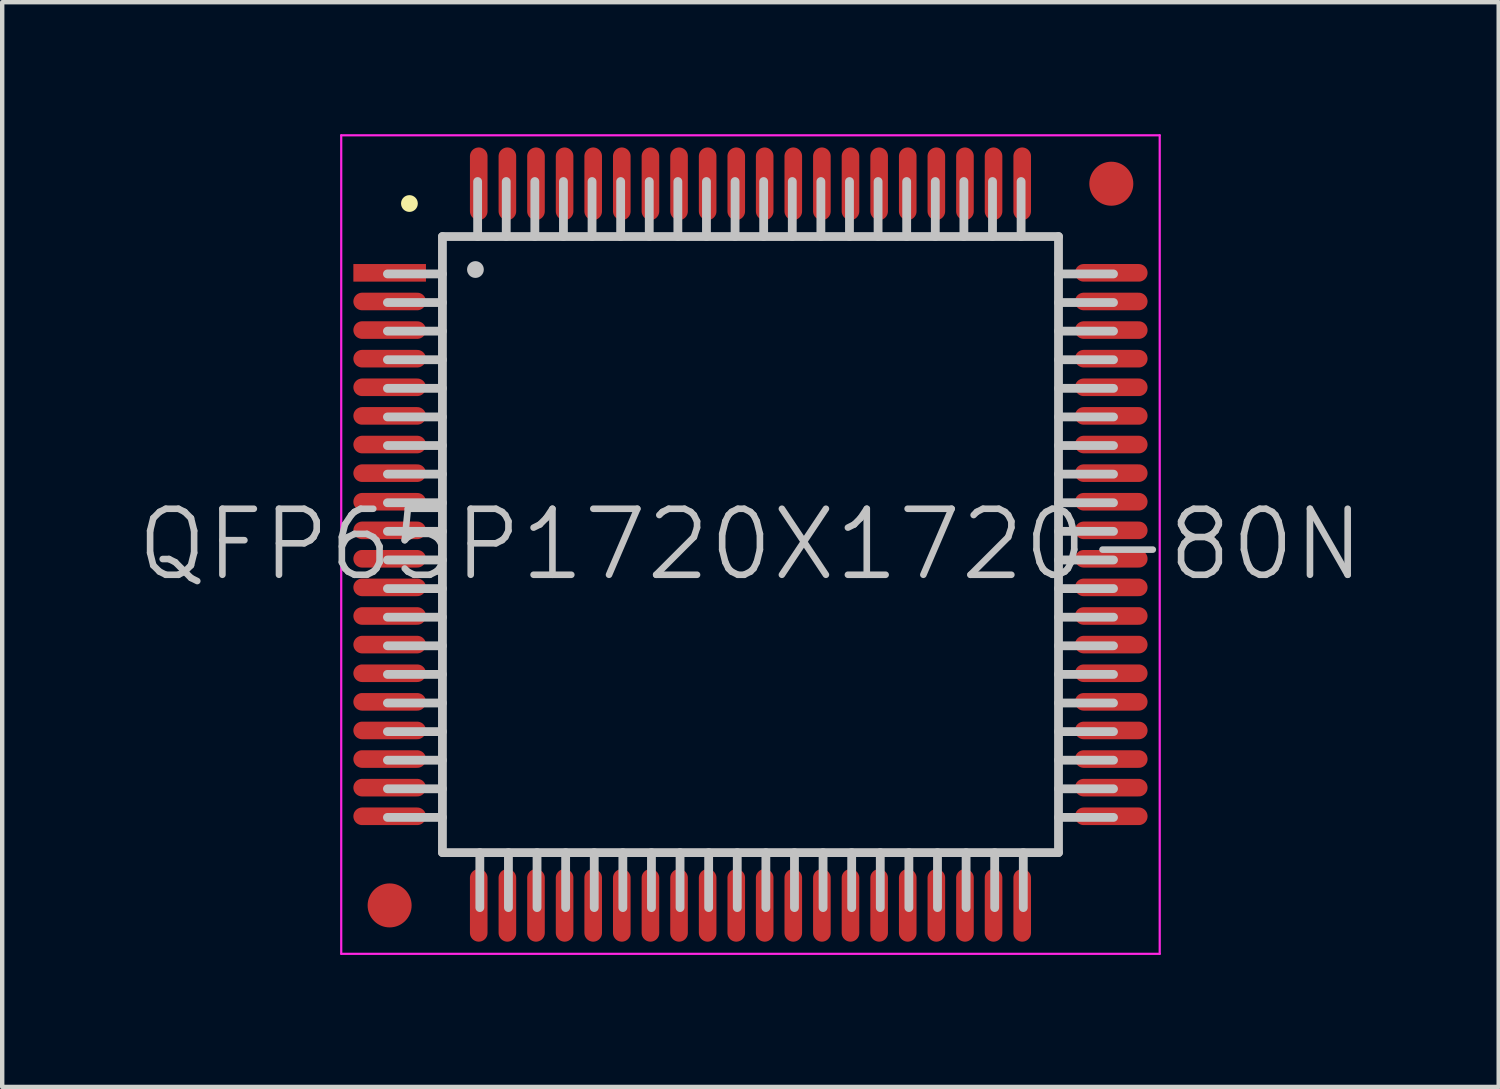
<source format=kicad_pcb>
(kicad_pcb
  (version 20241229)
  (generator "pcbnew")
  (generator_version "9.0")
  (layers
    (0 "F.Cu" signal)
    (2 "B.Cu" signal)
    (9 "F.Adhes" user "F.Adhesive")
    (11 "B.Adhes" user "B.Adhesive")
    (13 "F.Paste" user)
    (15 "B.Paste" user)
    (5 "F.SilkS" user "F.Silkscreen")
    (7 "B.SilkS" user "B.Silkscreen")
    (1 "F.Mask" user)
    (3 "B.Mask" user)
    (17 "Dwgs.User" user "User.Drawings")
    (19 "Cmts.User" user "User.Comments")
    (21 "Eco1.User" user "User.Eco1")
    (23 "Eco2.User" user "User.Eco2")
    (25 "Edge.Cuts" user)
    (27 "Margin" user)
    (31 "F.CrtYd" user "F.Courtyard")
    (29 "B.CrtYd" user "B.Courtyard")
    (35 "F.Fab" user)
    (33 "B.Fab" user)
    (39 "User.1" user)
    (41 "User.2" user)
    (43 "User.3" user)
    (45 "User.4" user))
  (footprint "QFP65P1720X1720-80N"
    (layer "F.Cu")
    (at 14.004 9.325)
    (property "Reference" "QFP65P1720X1720-80N" (at 0 0 0) (layer "Dwgs.User") (effects (font (size 1.5 1.5) (thickness 0.15))))
    (attr smd)
    (fp_line (start -7.75 -7.75) (end -7.75 -7.75) (stroke (width 0.381) (type solid)) (layer "F.SilkS"))
    (fp_line (start -7 -7) (end -7 7) (stroke (width 0.2) (type solid)) (layer "Dwgs.User"))
    (fp_line (start -7 -7) (end 7 -7) (stroke (width 0.2) (type solid)) (layer "Dwgs.User"))
    (fp_line (start -7 -6.15) (end -8.25 -6.15) (stroke (width 0.2) (type solid)) (layer "Dwgs.User"))
    (fp_line (start -7 -5.5) (end -8.25 -5.5) (stroke (width 0.2) (type solid)) (layer "Dwgs.User"))
    (fp_line (start -7 -4.85) (end -8.25 -4.85) (stroke (width 0.2) (type solid)) (layer "Dwgs.User"))
    (fp_line (start -7 -4.2) (end -8.25 -4.2) (stroke (width 0.2) (type solid)) (layer "Dwgs.User"))
    (fp_line (start -7 -3.55) (end -8.25 -3.55) (stroke (width 0.2) (type solid)) (layer "Dwgs.User"))
    (fp_line (start -7 -2.9) (end -8.25 -2.9) (stroke (width 0.2) (type solid)) (layer "Dwgs.User"))
    (fp_line (start -7 -2.25) (end -8.25 -2.25) (stroke (width 0.2) (type solid)) (layer "Dwgs.User"))
    (fp_line (start -7 -1.6) (end -8.25 -1.6) (stroke (width 0.2) (type solid)) (layer "Dwgs.User"))
    (fp_line (start -7 -0.95) (end -8.25 -0.95) (stroke (width 0.2) (type solid)) (layer "Dwgs.User"))
    (fp_line (start -7 -0.3) (end -8.25 -0.3) (stroke (width 0.2) (type solid)) (layer "Dwgs.User"))
    (fp_line (start -7 0.35) (end -8.25 0.35) (stroke (width 0.2) (type solid)) (layer "Dwgs.User"))
    (fp_line (start -7 1) (end -8.25 1) (stroke (width 0.2) (type solid)) (layer "Dwgs.User"))
    (fp_line (start -7 1.65) (end -8.25 1.65) (stroke (width 0.2) (type solid)) (layer "Dwgs.User"))
    (fp_line (start -7 2.3) (end -8.25 2.3) (stroke (width 0.2) (type solid)) (layer "Dwgs.User"))
    (fp_line (start -7 2.95) (end -8.25 2.95) (stroke (width 0.2) (type solid)) (layer "Dwgs.User"))
    (fp_line (start -7 3.6) (end -8.25 3.6) (stroke (width 0.2) (type solid)) (layer "Dwgs.User"))
    (fp_line (start -7 4.25) (end -8.25 4.25) (stroke (width 0.2) (type solid)) (layer "Dwgs.User"))
    (fp_line (start -7 4.9) (end -8.25 4.9) (stroke (width 0.2) (type solid)) (layer "Dwgs.User"))
    (fp_line (start -7 5.55) (end -8.25 5.55) (stroke (width 0.2) (type solid)) (layer "Dwgs.User"))
    (fp_line (start -7 6.2) (end -8.25 6.2) (stroke (width 0.2) (type solid)) (layer "Dwgs.User"))
    (fp_line (start -7 7) (end 7 7) (stroke (width 0.2) (type solid)) (layer "Dwgs.User"))
    (fp_line (start -6.25 -6.25) (end -6.25 -6.25) (stroke (width 0.381) (type solid)) (layer "Dwgs.User"))
    (fp_line (start -6.2 -8.25) (end -6.2 -7) (stroke (width 0.2) (type solid)) (layer "Dwgs.User"))
    (fp_line (start -6.15 7) (end -6.15 8.25) (stroke (width 0.2) (type solid)) (layer "Dwgs.User"))
    (fp_line (start -5.55 -8.25) (end -5.55 -7) (stroke (width 0.2) (type solid)) (layer "Dwgs.User"))
    (fp_line (start -5.5 7) (end -5.5 8.25) (stroke (width 0.2) (type solid)) (layer "Dwgs.User"))
    (fp_line (start -4.9 -8.25) (end -4.9 -7) (stroke (width 0.2) (type solid)) (layer "Dwgs.User"))
    (fp_line (start -4.85 7) (end -4.85 8.25) (stroke (width 0.2) (type solid)) (layer "Dwgs.User"))
    (fp_line (start -4.25 -8.25) (end -4.25 -7) (stroke (width 0.2) (type solid)) (layer "Dwgs.User"))
    (fp_line (start -4.2 7) (end -4.2 8.25) (stroke (width 0.2) (type solid)) (layer "Dwgs.User"))
    (fp_line (start -3.6 -8.25) (end -3.6 -7) (stroke (width 0.2) (type solid)) (layer "Dwgs.User"))
    (fp_line (start -3.55 7) (end -3.55 8.25) (stroke (width 0.2) (type solid)) (layer "Dwgs.User"))
    (fp_line (start -2.95 -8.25) (end -2.95 -7) (stroke (width 0.2) (type solid)) (layer "Dwgs.User"))
    (fp_line (start -2.9 7) (end -2.9 8.25) (stroke (width 0.2) (type solid)) (layer "Dwgs.User"))
    (fp_line (start -2.3 -8.25) (end -2.3 -7) (stroke (width 0.2) (type solid)) (layer "Dwgs.User"))
    (fp_line (start -2.25 7) (end -2.25 8.25) (stroke (width 0.2) (type solid)) (layer "Dwgs.User"))
    (fp_line (start -1.65 -8.25) (end -1.65 -7) (stroke (width 0.2) (type solid)) (layer "Dwgs.User"))
    (fp_line (start -1.6 7) (end -1.6 8.25) (stroke (width 0.2) (type solid)) (layer "Dwgs.User"))
    (fp_line (start -1 -8.25) (end -1 -7) (stroke (width 0.2) (type solid)) (layer "Dwgs.User"))
    (fp_line (start -0.95 7) (end -0.95 8.25) (stroke (width 0.2) (type solid)) (layer "Dwgs.User"))
    (fp_line (start -0.35 -8.25) (end -0.35 -7) (stroke (width 0.2) (type solid)) (layer "Dwgs.User"))
    (fp_line (start -0.3 7) (end -0.3 8.25) (stroke (width 0.2) (type solid)) (layer "Dwgs.User"))
    (fp_line (start 0.3 -8.25) (end 0.3 -7) (stroke (width 0.2) (type solid)) (layer "Dwgs.User"))
    (fp_line (start 0.35 7) (end 0.35 8.25) (stroke (width 0.2) (type solid)) (layer "Dwgs.User"))
    (fp_line (start 0.95 -8.25) (end 0.95 -7) (stroke (width 0.2) (type solid)) (layer "Dwgs.User"))
    (fp_line (start 1 7) (end 1 8.25) (stroke (width 0.2) (type solid)) (layer "Dwgs.User"))
    (fp_line (start 1.6 -8.25) (end 1.6 -7) (stroke (width 0.2) (type solid)) (layer "Dwgs.User"))
    (fp_line (start 1.65 7) (end 1.65 8.25) (stroke (width 0.2) (type solid)) (layer "Dwgs.User"))
    (fp_line (start 2.25 -8.25) (end 2.25 -7) (stroke (width 0.2) (type solid)) (layer "Dwgs.User"))
    (fp_line (start 2.3 7) (end 2.3 8.25) (stroke (width 0.2) (type solid)) (layer "Dwgs.User"))
    (fp_line (start 2.9 -8.25) (end 2.9 -7) (stroke (width 0.2) (type solid)) (layer "Dwgs.User"))
    (fp_line (start 2.95 7) (end 2.95 8.25) (stroke (width 0.2) (type solid)) (layer "Dwgs.User"))
    (fp_line (start 3.55 -8.25) (end 3.55 -7) (stroke (width 0.2) (type solid)) (layer "Dwgs.User"))
    (fp_line (start 3.6 7) (end 3.6 8.25) (stroke (width 0.2) (type solid)) (layer "Dwgs.User"))
    (fp_line (start 4.2 -8.25) (end 4.2 -7) (stroke (width 0.2) (type solid)) (layer "Dwgs.User"))
    (fp_line (start 4.25 7) (end 4.25 8.25) (stroke (width 0.2) (type solid)) (layer "Dwgs.User"))
    (fp_line (start 4.85 -8.25) (end 4.85 -7) (stroke (width 0.2) (type solid)) (layer "Dwgs.User"))
    (fp_line (start 4.9 7) (end 4.9 8.25) (stroke (width 0.2) (type solid)) (layer "Dwgs.User"))
    (fp_line (start 5.5 -8.25) (end 5.5 -7) (stroke (width 0.2) (type solid)) (layer "Dwgs.User"))
    (fp_line (start 5.55 7) (end 5.55 8.25) (stroke (width 0.2) (type solid)) (layer "Dwgs.User"))
    (fp_line (start 6.15 -8.25) (end 6.15 -7) (stroke (width 0.2) (type solid)) (layer "Dwgs.User"))
    (fp_line (start 6.2 7) (end 6.2 8.25) (stroke (width 0.2) (type solid)) (layer "Dwgs.User"))
    (fp_line (start 7 -7) (end 7 7) (stroke (width 0.2) (type solid)) (layer "Dwgs.User"))
    (fp_line (start 8.25 -6.15) (end 7 -6.15) (stroke (width 0.2) (type solid)) (layer "Dwgs.User"))
    (fp_line (start 8.25 -5.5) (end 7 -5.5) (stroke (width 0.2) (type solid)) (layer "Dwgs.User"))
    (fp_line (start 8.25 -4.85) (end 7 -4.85) (stroke (width 0.2) (type solid)) (layer "Dwgs.User"))
    (fp_line (start 8.25 -4.2) (end 7 -4.2) (stroke (width 0.2) (type solid)) (layer "Dwgs.User"))
    (fp_line (start 8.25 -3.55) (end 7 -3.55) (stroke (width 0.2) (type solid)) (layer "Dwgs.User"))
    (fp_line (start 8.25 -2.9) (end 7 -2.9) (stroke (width 0.2) (type solid)) (layer "Dwgs.User"))
    (fp_line (start 8.25 -2.25) (end 7 -2.25) (stroke (width 0.2) (type solid)) (layer "Dwgs.User"))
    (fp_line (start 8.25 -1.6) (end 7 -1.6) (stroke (width 0.2) (type solid)) (layer "Dwgs.User"))
    (fp_line (start 8.25 -0.95) (end 7 -0.95) (stroke (width 0.2) (type solid)) (layer "Dwgs.User"))
    (fp_line (start 8.25 -0.3) (end 7 -0.3) (stroke (width 0.2) (type solid)) (layer "Dwgs.User"))
    (fp_line (start 8.25 0.35) (end 7 0.35) (stroke (width 0.2) (type solid)) (layer "Dwgs.User"))
    (fp_line (start 8.25 1) (end 7 1) (stroke (width 0.2) (type solid)) (layer "Dwgs.User"))
    (fp_line (start 8.25 1.65) (end 7 1.65) (stroke (width 0.2) (type solid)) (layer "Dwgs.User"))
    (fp_line (start 8.25 2.3) (end 7 2.3) (stroke (width 0.2) (type solid)) (layer "Dwgs.User"))
    (fp_line (start 8.25 2.95) (end 7 2.95) (stroke (width 0.2) (type solid)) (layer "Dwgs.User"))
    (fp_line (start 8.25 3.6) (end 7 3.6) (stroke (width 0.2) (type solid)) (layer "Dwgs.User"))
    (fp_line (start 8.25 4.25) (end 7 4.25) (stroke (width 0.2) (type solid)) (layer "Dwgs.User"))
    (fp_line (start 8.25 4.9) (end 7 4.9) (stroke (width 0.2) (type solid)) (layer "Dwgs.User"))
    (fp_line (start 8.25 5.55) (end 7 5.55) (stroke (width 0.2) (type solid)) (layer "Dwgs.User"))
    (fp_line (start 8.25 6.2) (end 7 6.2) (stroke (width 0.2) (type solid)) (layer "Dwgs.User"))
    (fp_line (start -9.3 -9.3) (end -9.3 9.3) (stroke (width 0.05) (type solid)) (layer "F.CrtYd"))
    (fp_line (start -9.3 -9.3) (end 9.3 -9.3) (stroke (width 0.05) (type solid)) (layer "F.CrtYd"))
    (fp_line (start -9.3 9.3) (end 9.3 9.3) (stroke (width 0.05) (type solid)) (layer "F.CrtYd"))
    (fp_line (start 9.3 -9.3) (end 9.3 9.3) (stroke (width 0.05) (type solid)) (layer "F.CrtYd"))
    (pad "" smd circle (at -8.2 8.2) (size 1 1) (layers "F.Cu" "F.Mask"))
    (pad "" smd circle (at 8.2 -8.2) (size 1 1) (layers "F.Cu" "F.Mask"))
    (pad "1" smd rect (at -8.199 -6.175 90) (size 0.4 1.65) (layers "F.Cu" "F.Mask" "F.Paste"))
    (pad "2" smd oval (at -8.199 -5.524 90) (size 0.4 1.65) (layers "F.Cu" "F.Mask" "F.Paste"))
    (pad "3" smd oval (at -8.199 -4.874 90) (size 0.4 1.65) (layers "F.Cu" "F.Mask" "F.Paste"))
    (pad "4" smd oval (at -8.199 -4.224 90) (size 0.4 1.65) (layers "F.Cu" "F.Mask" "F.Paste"))
    (pad "5" smd oval (at -8.199 -3.574 90) (size 0.4 1.65) (layers "F.Cu" "F.Mask" "F.Paste"))
    (pad "6" smd oval (at -8.199 -2.924 90) (size 0.4 1.65) (layers "F.Cu" "F.Mask" "F.Paste"))
    (pad "7" smd oval (at -8.199 -2.273 90) (size 0.4 1.65) (layers "F.Cu" "F.Mask" "F.Paste"))
    (pad "8" smd oval (at -8.199 -1.623 90) (size 0.4 1.65) (layers "F.Cu" "F.Mask" "F.Paste"))
    (pad "9" smd oval (at -8.199 -0.973 90) (size 0.4 1.65) (layers "F.Cu" "F.Mask" "F.Paste"))
    (pad "10" smd oval (at -8.199 -0.323 90) (size 0.4 1.65) (layers "F.Cu" "F.Mask" "F.Paste"))
    (pad "11" smd oval (at -8.199 0.323 90) (size 0.4 1.65) (layers "F.Cu" "F.Mask" "F.Paste"))
    (pad "12" smd oval (at -8.199 0.973 90) (size 0.4 1.65) (layers "F.Cu" "F.Mask" "F.Paste"))
    (pad "13" smd oval (at -8.199 1.623 90) (size 0.4 1.65) (layers "F.Cu" "F.Mask" "F.Paste"))
    (pad "14" smd oval (at -8.199 2.273 90) (size 0.4 1.65) (layers "F.Cu" "F.Mask" "F.Paste"))
    (pad "15" smd oval (at -8.199 2.924 90) (size 0.4 1.65) (layers "F.Cu" "F.Mask" "F.Paste"))
    (pad "16" smd oval (at -8.199 3.574 90) (size 0.4 1.65) (layers "F.Cu" "F.Mask" "F.Paste"))
    (pad "17" smd oval (at -8.199 4.224 90) (size 0.4 1.65) (layers "F.Cu" "F.Mask" "F.Paste"))
    (pad "18" smd oval (at -8.199 4.874 90) (size 0.4 1.65) (layers "F.Cu" "F.Mask" "F.Paste"))
    (pad "19" smd oval (at -8.199 5.524 90) (size 0.4 1.65) (layers "F.Cu" "F.Mask" "F.Paste"))
    (pad "20" smd oval (at -8.199 6.175 90) (size 0.4 1.65) (layers "F.Cu" "F.Mask" "F.Paste"))
    (pad "21" smd oval (at -6.175 8.199 180) (size 0.4 1.65) (layers "F.Cu" "F.Mask" "F.Paste"))
    (pad "22" smd oval (at -5.524 8.199 180) (size 0.4 1.65) (layers "F.Cu" "F.Mask" "F.Paste"))
    (pad "23" smd oval (at -4.874 8.199 180) (size 0.4 1.65) (layers "F.Cu" "F.Mask" "F.Paste"))
    (pad "24" smd oval (at -4.224 8.199 180) (size 0.4 1.65) (layers "F.Cu" "F.Mask" "F.Paste"))
    (pad "25" smd oval (at -3.574 8.199 180) (size 0.4 1.65) (layers "F.Cu" "F.Mask" "F.Paste"))
    (pad "26" smd oval (at -2.924 8.199 180) (size 0.4 1.65) (layers "F.Cu" "F.Mask" "F.Paste"))
    (pad "27" smd oval (at -2.273 8.199 180) (size 0.4 1.65) (layers "F.Cu" "F.Mask" "F.Paste"))
    (pad "28" smd oval (at -1.623 8.199 180) (size 0.4 1.65) (layers "F.Cu" "F.Mask" "F.Paste"))
    (pad "29" smd oval (at -0.973 8.199 180) (size 0.4 1.65) (layers "F.Cu" "F.Mask" "F.Paste"))
    (pad "30" smd oval (at -0.323 8.199 180) (size 0.4 1.65) (layers "F.Cu" "F.Mask" "F.Paste"))
    (pad "31" smd oval (at 0.323 8.199 180) (size 0.4 1.65) (layers "F.Cu" "F.Mask" "F.Paste"))
    (pad "32" smd oval (at 0.973 8.199 180) (size 0.4 1.65) (layers "F.Cu" "F.Mask" "F.Paste"))
    (pad "33" smd oval (at 1.623 8.199 180) (size 0.4 1.65) (layers "F.Cu" "F.Mask" "F.Paste"))
    (pad "34" smd oval (at 2.273 8.199 180) (size 0.4 1.65) (layers "F.Cu" "F.Mask" "F.Paste"))
    (pad "35" smd oval (at 2.924 8.199 180) (size 0.4 1.65) (layers "F.Cu" "F.Mask" "F.Paste"))
    (pad "36" smd oval (at 3.574 8.199 180) (size 0.4 1.65) (layers "F.Cu" "F.Mask" "F.Paste"))
    (pad "37" smd oval (at 4.224 8.199 180) (size 0.4 1.65) (layers "F.Cu" "F.Mask" "F.Paste"))
    (pad "38" smd oval (at 4.874 8.199 180) (size 0.4 1.65) (layers "F.Cu" "F.Mask" "F.Paste"))
    (pad "39" smd oval (at 5.524 8.199 180) (size 0.4 1.65) (layers "F.Cu" "F.Mask" "F.Paste"))
    (pad "40" smd oval (at 6.175 8.199 180) (size 0.4 1.65) (layers "F.Cu" "F.Mask" "F.Paste"))
    (pad "41" smd oval (at 8.199 6.175 270) (size 0.4 1.65) (layers "F.Cu" "F.Mask" "F.Paste"))
    (pad "42" smd oval (at 8.199 5.524 270) (size 0.4 1.65) (layers "F.Cu" "F.Mask" "F.Paste"))
    (pad "43" smd oval (at 8.199 4.874 270) (size 0.4 1.65) (layers "F.Cu" "F.Mask" "F.Paste"))
    (pad "44" smd oval (at 8.199 4.224 270) (size 0.4 1.65) (layers "F.Cu" "F.Mask" "F.Paste"))
    (pad "45" smd oval (at 8.199 3.574 270) (size 0.4 1.65) (layers "F.Cu" "F.Mask" "F.Paste"))
    (pad "46" smd oval (at 8.199 2.924 270) (size 0.4 1.65) (layers "F.Cu" "F.Mask" "F.Paste"))
    (pad "47" smd oval (at 8.199 2.273 270) (size 0.4 1.65) (layers "F.Cu" "F.Mask" "F.Paste"))
    (pad "48" smd oval (at 8.199 1.623 270) (size 0.4 1.65) (layers "F.Cu" "F.Mask" "F.Paste"))
    (pad "49" smd oval (at 8.199 0.973 270) (size 0.4 1.65) (layers "F.Cu" "F.Mask" "F.Paste"))
    (pad "50" smd oval (at 8.199 0.323 270) (size 0.4 1.65) (layers "F.Cu" "F.Mask" "F.Paste"))
    (pad "51" smd oval (at 8.199 -0.323 270) (size 0.4 1.65) (layers "F.Cu" "F.Mask" "F.Paste"))
    (pad "52" smd oval (at 8.199 -0.973 270) (size 0.4 1.65) (layers "F.Cu" "F.Mask" "F.Paste"))
    (pad "53" smd oval (at 8.199 -1.623 270) (size 0.4 1.65) (layers "F.Cu" "F.Mask" "F.Paste"))
    (pad "54" smd oval (at 8.199 -2.273 270) (size 0.4 1.65) (layers "F.Cu" "F.Mask" "F.Paste"))
    (pad "55" smd oval (at 8.199 -2.924 270) (size 0.4 1.65) (layers "F.Cu" "F.Mask" "F.Paste"))
    (pad "56" smd oval (at 8.199 -3.574 270) (size 0.4 1.65) (layers "F.Cu" "F.Mask" "F.Paste"))
    (pad "57" smd oval (at 8.199 -4.224 270) (size 0.4 1.65) (layers "F.Cu" "F.Mask" "F.Paste"))
    (pad "58" smd oval (at 8.199 -4.874 270) (size 0.4 1.65) (layers "F.Cu" "F.Mask" "F.Paste"))
    (pad "59" smd oval (at 8.199 -5.524 270) (size 0.4 1.65) (layers "F.Cu" "F.Mask" "F.Paste"))
    (pad "60" smd oval (at 8.199 -6.175 270) (size 0.4 1.65) (layers "F.Cu" "F.Mask" "F.Paste"))
    (pad "61" smd oval (at 6.175 -8.199) (size 0.4 1.65) (layers "F.Cu" "F.Mask" "F.Paste"))
    (pad "62" smd oval (at 5.524 -8.199) (size 0.4 1.65) (layers "F.Cu" "F.Mask" "F.Paste"))
    (pad "63" smd oval (at 4.874 -8.199) (size 0.4 1.65) (layers "F.Cu" "F.Mask" "F.Paste"))
    (pad "64" smd oval (at 4.224 -8.199) (size 0.4 1.65) (layers "F.Cu" "F.Mask" "F.Paste"))
    (pad "65" smd oval (at 3.574 -8.199) (size 0.4 1.65) (layers "F.Cu" "F.Mask" "F.Paste"))
    (pad "66" smd oval (at 2.924 -8.199) (size 0.4 1.65) (layers "F.Cu" "F.Mask" "F.Paste"))
    (pad "67" smd oval (at 2.273 -8.199) (size 0.4 1.65) (layers "F.Cu" "F.Mask" "F.Paste"))
    (pad "68" smd oval (at 1.623 -8.199) (size 0.4 1.65) (layers "F.Cu" "F.Mask" "F.Paste"))
    (pad "69" smd oval (at 0.973 -8.199) (size 0.4 1.65) (layers "F.Cu" "F.Mask" "F.Paste"))
    (pad "70" smd oval (at 0.323 -8.199) (size 0.4 1.65) (layers "F.Cu" "F.Mask" "F.Paste"))
    (pad "71" smd oval (at -0.323 -8.199) (size 0.4 1.65) (layers "F.Cu" "F.Mask" "F.Paste"))
    (pad "72" smd oval (at -0.973 -8.199) (size 0.4 1.65) (layers "F.Cu" "F.Mask" "F.Paste"))
    (pad "73" smd oval (at -1.623 -8.199) (size 0.4 1.65) (layers "F.Cu" "F.Mask" "F.Paste"))
    (pad "74" smd oval (at -2.273 -8.199) (size 0.4 1.65) (layers "F.Cu" "F.Mask" "F.Paste"))
    (pad "75" smd oval (at -2.924 -8.199) (size 0.4 1.65) (layers "F.Cu" "F.Mask" "F.Paste"))
    (pad "76" smd oval (at -3.574 -8.199) (size 0.4 1.65) (layers "F.Cu" "F.Mask" "F.Paste"))
    (pad "77" smd oval (at -4.224 -8.199) (size 0.4 1.65) (layers "F.Cu" "F.Mask" "F.Paste"))
    (pad "78" smd oval (at -4.874 -8.199) (size 0.4 1.65) (layers "F.Cu" "F.Mask" "F.Paste"))
    (pad "79" smd oval (at -5.524 -8.199) (size 0.4 1.65) (layers "F.Cu" "F.Mask" "F.Paste"))
    (pad "80" smd oval (at -6.175 -8.199) (size 0.4 1.65) (layers "F.Cu" "F.Mask" "F.Paste")))
  (gr_rect
    (start -3 -3)
    (end 31.007 21.65)
    (stroke (width 0.1) (type default))
    (fill no)
    (layer "Edge.Cuts")))
</source>
